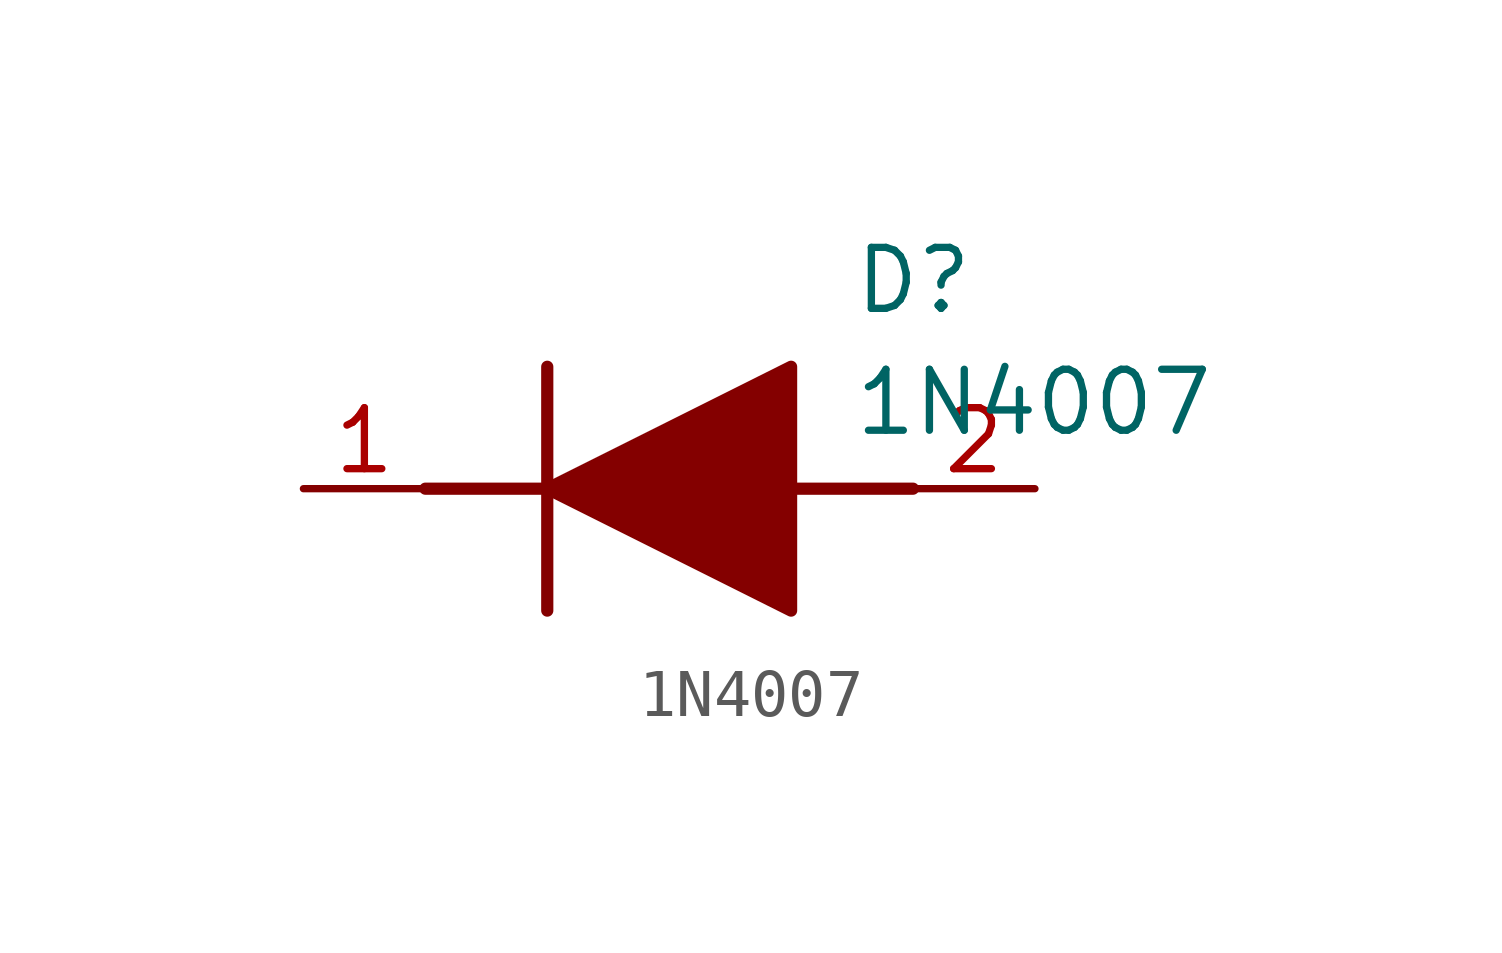
<source format=kicad_sym>
(kicad_symbol_lib
  (version 20211014)
  (generator SamacSys_ECAD_Model)
  (symbol "1N4007"
    (pin_names hide)
    (property "Reference" "D"
      (at 11.43 5.08 0)
      (effects (font (size 1.27 1.27)) (justify left top)))
    (property "Value" "1N4007"
      (at 11.43 2.54 0)
      (effects (font (size 1.27 1.27)) (justify left top)))
    (polyline
      (pts (xy 5.08 2.54) (xy 5.08 -2.54))
      (stroke (width 0.254) (type default))
      (fill (type none)))
    (polyline
      (pts (xy 2.54 0) (xy 5.08 0))
      (stroke (width 0.254) (type default))
      (fill (type none)))
    (polyline
      (pts (xy 10.16 0) (xy 12.7 0))
      (stroke (width 0.254) (type default))
      (fill (type none)))
    (polyline
      (pts (xy 5.08 0) (xy 10.16 2.54) (xy 10.16 -2.54) (xy 5.08 0))
      (stroke (width 0.254) (type default))
      (fill (type outline)))
    (pin passive line
      (at 0 0 0)
      (length 2.54)
      (name "K" (effects (font (size 1.27 1.27))))
      (number "1" (effects (font (size 1.27 1.27)))))
    (pin passive line
      (at 15.24 0 180)
      (length 2.54)
      (name "A" (effects (font (size 1.27 1.27))))
      (number "2" (effects (font (size 1.27 1.27)))))))
</source>
